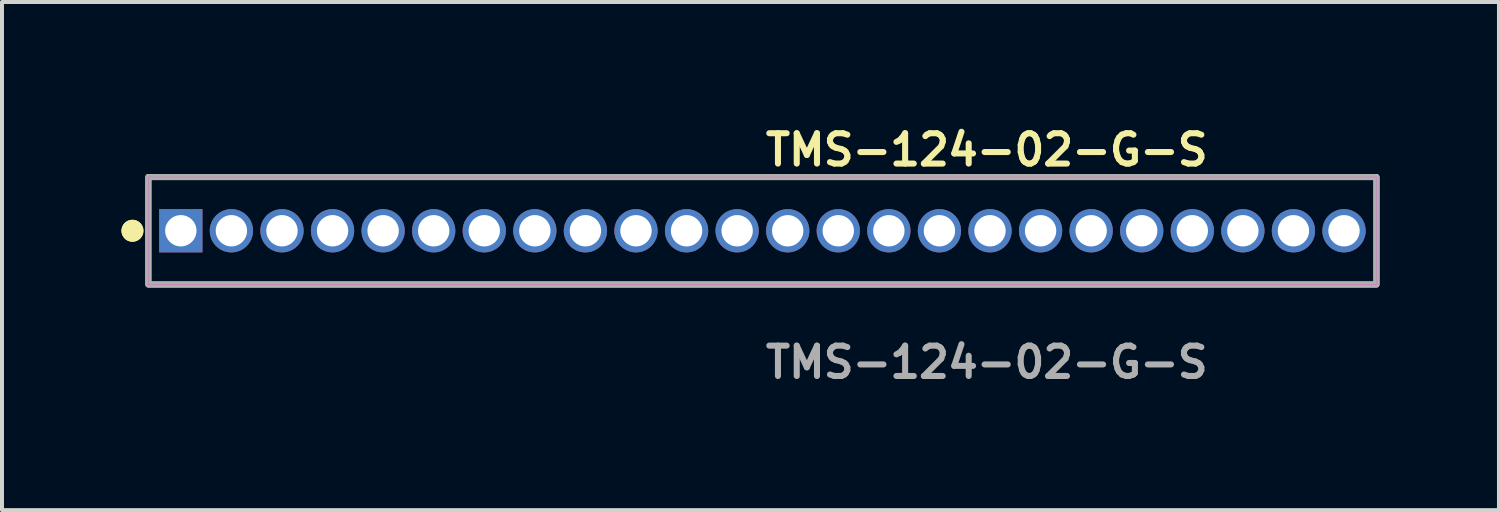
<source format=kicad_pcb>
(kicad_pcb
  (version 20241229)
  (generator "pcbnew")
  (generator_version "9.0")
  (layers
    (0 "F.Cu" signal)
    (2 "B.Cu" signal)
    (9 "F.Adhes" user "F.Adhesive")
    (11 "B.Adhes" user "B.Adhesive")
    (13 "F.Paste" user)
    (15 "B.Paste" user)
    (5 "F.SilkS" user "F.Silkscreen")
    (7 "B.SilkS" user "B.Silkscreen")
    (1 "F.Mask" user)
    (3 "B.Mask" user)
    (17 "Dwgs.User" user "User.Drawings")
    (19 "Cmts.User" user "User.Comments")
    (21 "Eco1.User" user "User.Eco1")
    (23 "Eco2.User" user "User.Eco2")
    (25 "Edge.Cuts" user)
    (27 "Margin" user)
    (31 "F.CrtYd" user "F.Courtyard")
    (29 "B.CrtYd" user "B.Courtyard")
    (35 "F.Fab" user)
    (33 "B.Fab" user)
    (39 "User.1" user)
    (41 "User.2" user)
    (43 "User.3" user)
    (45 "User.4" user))
  (footprint "TMS-124-02-G-S"
    (layer "F.Cu")
    (at 16.096 2.745)
    (property "Reference" "TMS-124-02-G-S" (at 0 -2.032 0) (unlocked yes) (layer "F.SilkS") (effects (font (size 0.762 0.762) (thickness 0.152)) (justify left)))
    (fp_rect (start -15.42 1.35) (end 15.42 -1.35) (stroke (width 0.152) (type solid)) (fill no) (layer "F.SilkS"))
    (fp_circle (center -15.82 0) (end -16.02 0) (stroke (width 0.152) (type solid)) (fill yes) (layer "F.SilkS"))
    (fp_circle (center -15.82 0) (end -16.02 0) (stroke (width 0.152) (type solid)) (fill yes) (layer "F.SilkS"))
    (fp_rect (start -15.42 1.35) (end 15.42 -1.35) (stroke (width 0.006) (type solid)) (fill no) (layer "F.CrtYd"))
    (fp_rect (start -15.42 1.35) (end 15.42 -1.35) (stroke (width 0.152) (type solid)) (fill no) (layer "F.Fab"))
    (fp_text user "${REFERENCE}" (at 0 3.302 0) (unlocked yes) (layer "F.Fab") (effects (font (size 0.762 0.762) (thickness 0.152)) (justify left)))
    (pad "1" thru_hole rect (at -14.605 0) (size 1.087 1.087) (drill 0.787) (layers "*.Cu" "*.Mask"))
    (pad "2" thru_hole circle (at -13.335 0) (size 1.087 1.087) (drill 0.787) (layers "*.Cu" "*.Mask"))
    (pad "3" thru_hole circle (at -12.065 0) (size 1.087 1.087) (drill 0.787) (layers "*.Cu" "*.Mask"))
    (pad "4" thru_hole circle (at -10.795 0) (size 1.087 1.087) (drill 0.787) (layers "*.Cu" "*.Mask"))
    (pad "5" thru_hole circle (at -9.525 0) (size 1.087 1.087) (drill 0.787) (layers "*.Cu" "*.Mask"))
    (pad "6" thru_hole circle (at -8.255 0) (size 1.087 1.087) (drill 0.787) (layers "*.Cu" "*.Mask"))
    (pad "7" thru_hole circle (at -6.985 0) (size 1.087 1.087) (drill 0.787) (layers "*.Cu" "*.Mask"))
    (pad "8" thru_hole circle (at -5.715 0) (size 1.087 1.087) (drill 0.787) (layers "*.Cu" "*.Mask"))
    (pad "9" thru_hole circle (at -4.445 0) (size 1.087 1.087) (drill 0.787) (layers "*.Cu" "*.Mask"))
    (pad "10" thru_hole circle (at -3.175 0) (size 1.087 1.087) (drill 0.787) (layers "*.Cu" "*.Mask"))
    (pad "11" thru_hole circle (at -1.905 0) (size 1.087 1.087) (drill 0.787) (layers "*.Cu" "*.Mask"))
    (pad "12" thru_hole circle (at -0.635 0) (size 1.087 1.087) (drill 0.787) (layers "*.Cu" "*.Mask"))
    (pad "13" thru_hole circle (at 0.635 0) (size 1.087 1.087) (drill 0.787) (layers "*.Cu" "*.Mask"))
    (pad "14" thru_hole circle (at 1.905 0) (size 1.087 1.087) (drill 0.787) (layers "*.Cu" "*.Mask"))
    (pad "15" thru_hole circle (at 3.175 0) (size 1.087 1.087) (drill 0.787) (layers "*.Cu" "*.Mask"))
    (pad "16" thru_hole circle (at 4.445 0) (size 1.087 1.087) (drill 0.787) (layers "*.Cu" "*.Mask"))
    (pad "17" thru_hole circle (at 5.715 0) (size 1.087 1.087) (drill 0.787) (layers "*.Cu" "*.Mask"))
    (pad "18" thru_hole circle (at 6.985 0) (size 1.087 1.087) (drill 0.787) (layers "*.Cu" "*.Mask"))
    (pad "19" thru_hole circle (at 8.255 0) (size 1.087 1.087) (drill 0.787) (layers "*.Cu" "*.Mask"))
    (pad "20" thru_hole circle (at 9.525 0) (size 1.087 1.087) (drill 0.787) (layers "*.Cu" "*.Mask"))
    (pad "21" thru_hole circle (at 10.795 0) (size 1.087 1.087) (drill 0.787) (layers "*.Cu" "*.Mask"))
    (pad "22" thru_hole circle (at 12.065 0) (size 1.087 1.087) (drill 0.787) (layers "*.Cu" "*.Mask"))
    (pad "23" thru_hole circle (at 13.335 0) (size 1.087 1.087) (drill 0.787) (layers "*.Cu" "*.Mask"))
    (pad "24" thru_hole circle (at 14.605 0) (size 1.087 1.087) (drill 0.787) (layers "*.Cu" "*.Mask")))
  (gr_rect
    (start -3 -3)
    (end 34.592 9.76)
    (stroke (width 0.1) (type default))
    (fill no)
    (layer "Edge.Cuts")))
</source>
